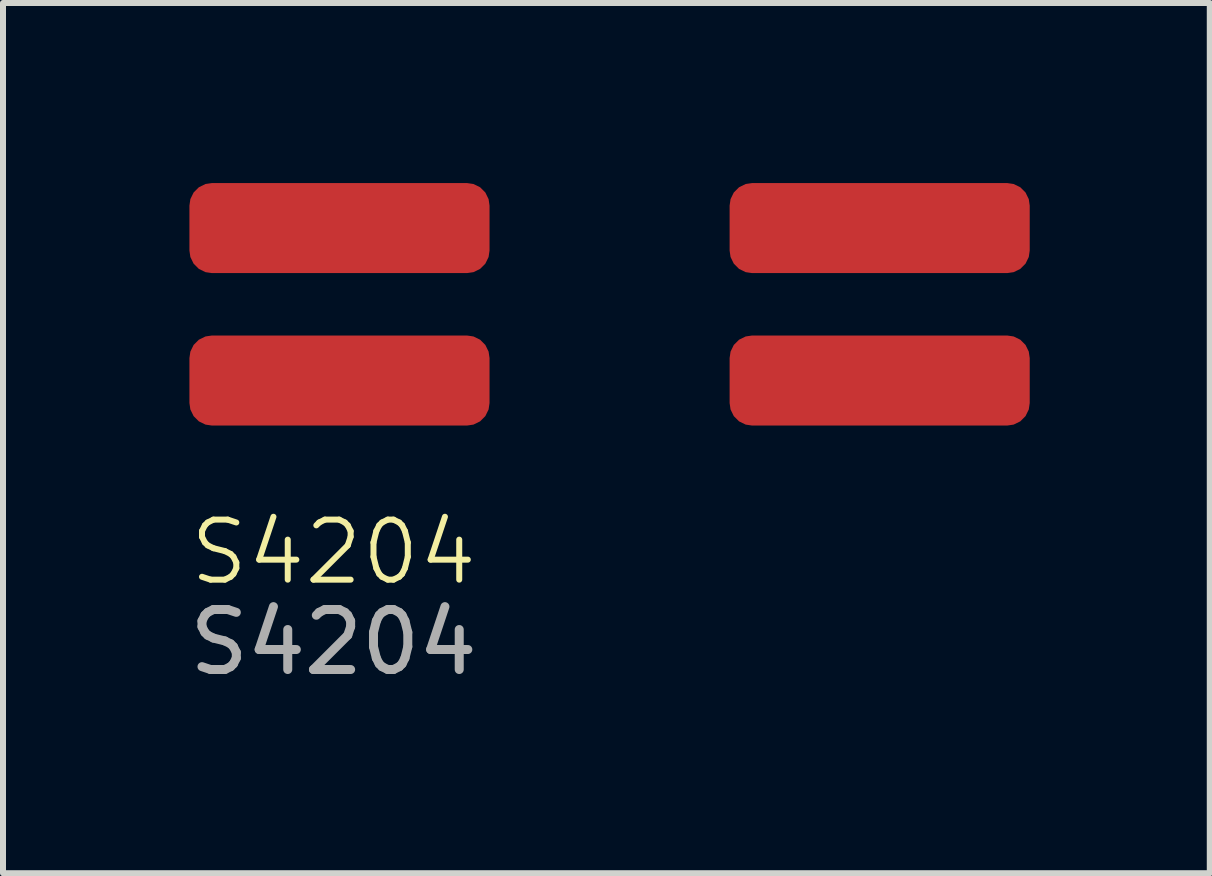
<source format=kicad_pcb>
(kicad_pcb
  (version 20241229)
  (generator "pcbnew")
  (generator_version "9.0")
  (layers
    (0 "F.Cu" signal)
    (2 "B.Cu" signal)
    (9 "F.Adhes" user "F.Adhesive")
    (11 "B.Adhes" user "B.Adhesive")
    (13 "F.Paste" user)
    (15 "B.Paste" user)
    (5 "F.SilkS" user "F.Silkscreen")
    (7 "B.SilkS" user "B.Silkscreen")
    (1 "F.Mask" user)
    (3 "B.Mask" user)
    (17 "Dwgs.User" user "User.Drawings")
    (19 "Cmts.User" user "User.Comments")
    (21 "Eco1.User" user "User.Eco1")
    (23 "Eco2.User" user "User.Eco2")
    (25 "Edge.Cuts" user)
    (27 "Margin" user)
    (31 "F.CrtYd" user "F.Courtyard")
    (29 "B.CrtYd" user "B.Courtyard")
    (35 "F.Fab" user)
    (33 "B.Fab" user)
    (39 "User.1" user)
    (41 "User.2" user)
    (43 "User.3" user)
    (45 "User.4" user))
  (footprint "S4204"
    (layer "F.Cu")
    (at 2.606 0.75)
    (property "Reference" "S4204" (at -0.1 5.4 0) (unlocked yes) (layer "F.SilkS") (effects (font (size 1 1) (thickness 0.1))))
    (attr smd)
    (fp_text user "${REFERENCE}" (at -0.1 6.9 0) (unlocked yes) (layer "F.Fab") (effects (font (size 1 1) (thickness 0.15))))
    (pad "1" smd roundrect (at 0 0) (size 5 1.5) (layers "F.Cu" "F.Mask" "F.Paste") (roundrect_rratio 0.25))
    (pad "2" smd roundrect (at 0 2.54) (size 5 1.5) (layers "F.Cu" "F.Mask" "F.Paste") (roundrect_rratio 0.25))
    (pad "3" smd roundrect (at 9 2.54) (size 5 1.5) (layers "F.Cu" "F.Mask" "F.Paste") (roundrect_rratio 0.25))
    (pad "4" smd roundrect (at 9 0) (size 5 1.5) (layers "F.Cu" "F.Mask" "F.Paste") (roundrect_rratio 0.25)))
  (gr_rect
    (start -3 -3)
    (end 17.106 11.498)
    (stroke (width 0.1) (type default))
    (fill no)
    (layer "Edge.Cuts")))
</source>
